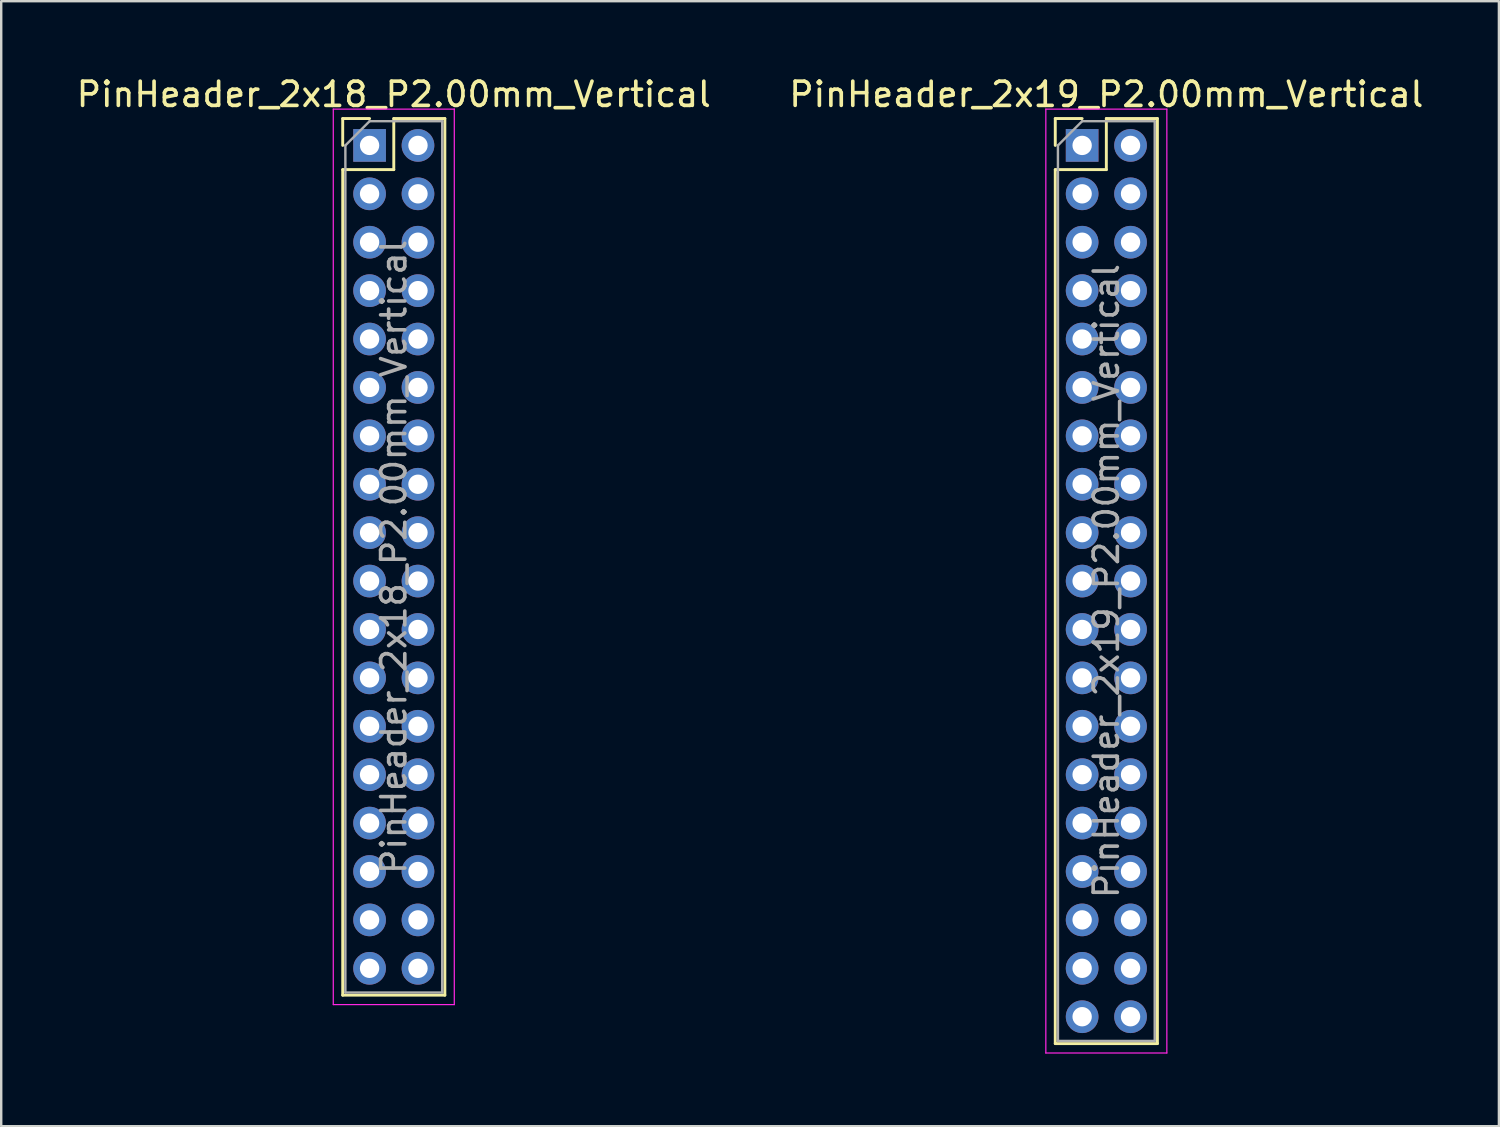
<source format=kicad_pcb>
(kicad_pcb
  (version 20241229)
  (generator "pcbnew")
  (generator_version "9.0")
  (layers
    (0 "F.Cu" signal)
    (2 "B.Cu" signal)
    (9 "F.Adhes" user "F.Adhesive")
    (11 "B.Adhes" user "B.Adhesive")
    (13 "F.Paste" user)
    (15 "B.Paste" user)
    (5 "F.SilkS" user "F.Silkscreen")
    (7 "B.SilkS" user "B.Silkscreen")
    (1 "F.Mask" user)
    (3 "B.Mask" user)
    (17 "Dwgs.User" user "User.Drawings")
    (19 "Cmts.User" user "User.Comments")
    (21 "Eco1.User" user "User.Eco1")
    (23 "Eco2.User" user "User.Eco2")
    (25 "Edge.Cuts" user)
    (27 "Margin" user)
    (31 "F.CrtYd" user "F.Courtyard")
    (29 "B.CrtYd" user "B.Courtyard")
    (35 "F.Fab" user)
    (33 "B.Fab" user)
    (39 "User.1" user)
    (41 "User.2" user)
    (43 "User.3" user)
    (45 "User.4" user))
  (footprint "PinHeader_2x18_P2.00mm_Vertical"
    (layer "F.Cu")
    (at 12.22 2.958)
    (property "Reference" "PinHeader_2x18_P2.00mm_Vertical" (at 1 -2.11 0) (layer "F.SilkS") (effects (font (size 1 1) (thickness 0.15))))
    (attr through_hole)
    (fp_line (start -1.11 -1.11) (end 0 -1.11) (stroke (width 0.12) (type solid)) (layer "F.SilkS"))
    (fp_line (start -1.11 0) (end -1.11 -1.11) (stroke (width 0.12) (type solid)) (layer "F.SilkS"))
    (fp_line (start -1.11 1) (end -1.11 35.11) (stroke (width 0.12) (type solid)) (layer "F.SilkS"))
    (fp_line (start -1.11 1) (end 1 1) (stroke (width 0.12) (type solid)) (layer "F.SilkS"))
    (fp_line (start -1.11 35.11) (end 3.11 35.11) (stroke (width 0.12) (type solid)) (layer "F.SilkS"))
    (fp_line (start 1 -1.11) (end 3.11 -1.11) (stroke (width 0.12) (type solid)) (layer "F.SilkS"))
    (fp_line (start 1 1) (end 1 -1.11) (stroke (width 0.12) (type solid)) (layer "F.SilkS"))
    (fp_line (start 3.11 -1.11) (end 3.11 35.11) (stroke (width 0.12) (type solid)) (layer "F.SilkS"))
    (fp_line (start -1.5 -1.5) (end -1.5 35.5) (stroke (width 0.05) (type solid)) (layer "F.CrtYd"))
    (fp_line (start -1.5 35.5) (end 3.5 35.5) (stroke (width 0.05) (type solid)) (layer "F.CrtYd"))
    (fp_line (start 3.5 -1.5) (end -1.5 -1.5) (stroke (width 0.05) (type solid)) (layer "F.CrtYd"))
    (fp_line (start 3.5 35.5) (end 3.5 -1.5) (stroke (width 0.05) (type solid)) (layer "F.CrtYd"))
    (fp_line (start -1 0) (end 0 -1) (stroke (width 0.1) (type solid)) (layer "F.Fab"))
    (fp_line (start -1 35) (end -1 0) (stroke (width 0.1) (type solid)) (layer "F.Fab"))
    (fp_line (start 0 -1) (end 3 -1) (stroke (width 0.1) (type solid)) (layer "F.Fab"))
    (fp_line (start 3 -1) (end 3 35) (stroke (width 0.1) (type solid)) (layer "F.Fab"))
    (fp_line (start 3 35) (end -1 35) (stroke (width 0.1) (type solid)) (layer "F.Fab"))
    (fp_text user "${REFERENCE}" (at 1 17 90) (layer "F.Fab") (effects (font (size 1 1) (thickness 0.15))))
    (pad "1" thru_hole rect (at 0 0) (size 1.35 1.35) (drill 0.8) (layers "*.Cu" "*.Mask"))
    (pad "2" thru_hole circle (at 2 0) (size 1.35 1.35) (drill 0.8) (layers "*.Cu" "*.Mask"))
    (pad "3" thru_hole circle (at 0 2) (size 1.35 1.35) (drill 0.8) (layers "*.Cu" "*.Mask"))
    (pad "4" thru_hole circle (at 2 2) (size 1.35 1.35) (drill 0.8) (layers "*.Cu" "*.Mask"))
    (pad "5" thru_hole circle (at 0 4) (size 1.35 1.35) (drill 0.8) (layers "*.Cu" "*.Mask"))
    (pad "6" thru_hole circle (at 2 4) (size 1.35 1.35) (drill 0.8) (layers "*.Cu" "*.Mask"))
    (pad "7" thru_hole circle (at 0 6) (size 1.35 1.35) (drill 0.8) (layers "*.Cu" "*.Mask"))
    (pad "8" thru_hole circle (at 2 6) (size 1.35 1.35) (drill 0.8) (layers "*.Cu" "*.Mask"))
    (pad "9" thru_hole circle (at 0 8) (size 1.35 1.35) (drill 0.8) (layers "*.Cu" "*.Mask"))
    (pad "10" thru_hole circle (at 2 8) (size 1.35 1.35) (drill 0.8) (layers "*.Cu" "*.Mask"))
    (pad "11" thru_hole circle (at 0 10) (size 1.35 1.35) (drill 0.8) (layers "*.Cu" "*.Mask"))
    (pad "12" thru_hole circle (at 2 10) (size 1.35 1.35) (drill 0.8) (layers "*.Cu" "*.Mask"))
    (pad "13" thru_hole circle (at 0 12) (size 1.35 1.35) (drill 0.8) (layers "*.Cu" "*.Mask"))
    (pad "14" thru_hole circle (at 2 12) (size 1.35 1.35) (drill 0.8) (layers "*.Cu" "*.Mask"))
    (pad "15" thru_hole circle (at 0 14) (size 1.35 1.35) (drill 0.8) (layers "*.Cu" "*.Mask"))
    (pad "16" thru_hole circle (at 2 14) (size 1.35 1.35) (drill 0.8) (layers "*.Cu" "*.Mask"))
    (pad "17" thru_hole circle (at 0 16) (size 1.35 1.35) (drill 0.8) (layers "*.Cu" "*.Mask"))
    (pad "18" thru_hole circle (at 2 16) (size 1.35 1.35) (drill 0.8) (layers "*.Cu" "*.Mask"))
    (pad "19" thru_hole circle (at 0 18) (size 1.35 1.35) (drill 0.8) (layers "*.Cu" "*.Mask"))
    (pad "20" thru_hole circle (at 2 18) (size 1.35 1.35) (drill 0.8) (layers "*.Cu" "*.Mask"))
    (pad "21" thru_hole circle (at 0 20) (size 1.35 1.35) (drill 0.8) (layers "*.Cu" "*.Mask"))
    (pad "22" thru_hole circle (at 2 20) (size 1.35 1.35) (drill 0.8) (layers "*.Cu" "*.Mask"))
    (pad "23" thru_hole circle (at 0 22) (size 1.35 1.35) (drill 0.8) (layers "*.Cu" "*.Mask"))
    (pad "24" thru_hole circle (at 2 22) (size 1.35 1.35) (drill 0.8) (layers "*.Cu" "*.Mask"))
    (pad "25" thru_hole circle (at 0 24) (size 1.35 1.35) (drill 0.8) (layers "*.Cu" "*.Mask"))
    (pad "26" thru_hole circle (at 2 24) (size 1.35 1.35) (drill 0.8) (layers "*.Cu" "*.Mask"))
    (pad "27" thru_hole circle (at 0 26) (size 1.35 1.35) (drill 0.8) (layers "*.Cu" "*.Mask"))
    (pad "28" thru_hole circle (at 2 26) (size 1.35 1.35) (drill 0.8) (layers "*.Cu" "*.Mask"))
    (pad "29" thru_hole circle (at 0 28) (size 1.35 1.35) (drill 0.8) (layers "*.Cu" "*.Mask"))
    (pad "30" thru_hole circle (at 2 28) (size 1.35 1.35) (drill 0.8) (layers "*.Cu" "*.Mask"))
    (pad "31" thru_hole circle (at 0 30) (size 1.35 1.35) (drill 0.8) (layers "*.Cu" "*.Mask"))
    (pad "32" thru_hole circle (at 2 30) (size 1.35 1.35) (drill 0.8) (layers "*.Cu" "*.Mask"))
    (pad "33" thru_hole circle (at 0 32) (size 1.35 1.35) (drill 0.8) (layers "*.Cu" "*.Mask"))
    (pad "34" thru_hole circle (at 2 32) (size 1.35 1.35) (drill 0.8) (layers "*.Cu" "*.Mask"))
    (pad "35" thru_hole circle (at 0 34) (size 1.35 1.35) (drill 0.8) (layers "*.Cu" "*.Mask"))
    (pad "36" thru_hole circle (at 2 34) (size 1.35 1.35) (drill 0.8) (layers "*.Cu" "*.Mask")))
  (footprint "PinHeader_2x19_P2.00mm_Vertical"
    (layer "F.Cu")
    (at 41.661 2.958)
    (property "Reference" "PinHeader_2x19_P2.00mm_Vertical" (at 1 -2.11 0) (layer "F.SilkS") (effects (font (size 1 1) (thickness 0.15))))
    (attr through_hole)
    (fp_line (start -1.11 -1.11) (end 0 -1.11) (stroke (width 0.12) (type solid)) (layer "F.SilkS"))
    (fp_line (start -1.11 0) (end -1.11 -1.11) (stroke (width 0.12) (type solid)) (layer "F.SilkS"))
    (fp_line (start -1.11 1) (end -1.11 37.11) (stroke (width 0.12) (type solid)) (layer "F.SilkS"))
    (fp_line (start -1.11 1) (end 1 1) (stroke (width 0.12) (type solid)) (layer "F.SilkS"))
    (fp_line (start -1.11 37.11) (end 3.11 37.11) (stroke (width 0.12) (type solid)) (layer "F.SilkS"))
    (fp_line (start 1 -1.11) (end 3.11 -1.11) (stroke (width 0.12) (type solid)) (layer "F.SilkS"))
    (fp_line (start 1 1) (end 1 -1.11) (stroke (width 0.12) (type solid)) (layer "F.SilkS"))
    (fp_line (start 3.11 -1.11) (end 3.11 37.11) (stroke (width 0.12) (type solid)) (layer "F.SilkS"))
    (fp_line (start -1.5 -1.5) (end -1.5 37.5) (stroke (width 0.05) (type solid)) (layer "F.CrtYd"))
    (fp_line (start -1.5 37.5) (end 3.5 37.5) (stroke (width 0.05) (type solid)) (layer "F.CrtYd"))
    (fp_line (start 3.5 -1.5) (end -1.5 -1.5) (stroke (width 0.05) (type solid)) (layer "F.CrtYd"))
    (fp_line (start 3.5 37.5) (end 3.5 -1.5) (stroke (width 0.05) (type solid)) (layer "F.CrtYd"))
    (fp_line (start -1 0) (end 0 -1) (stroke (width 0.1) (type solid)) (layer "F.Fab"))
    (fp_line (start -1 37) (end -1 0) (stroke (width 0.1) (type solid)) (layer "F.Fab"))
    (fp_line (start 0 -1) (end 3 -1) (stroke (width 0.1) (type solid)) (layer "F.Fab"))
    (fp_line (start 3 -1) (end 3 37) (stroke (width 0.1) (type solid)) (layer "F.Fab"))
    (fp_line (start 3 37) (end -1 37) (stroke (width 0.1) (type solid)) (layer "F.Fab"))
    (fp_text user "${REFERENCE}" (at 1 18 90) (layer "F.Fab") (effects (font (size 1 1) (thickness 0.15))))
    (pad "1" thru_hole rect (at 0 0) (size 1.35 1.35) (drill 0.8) (layers "*.Cu" "*.Mask"))
    (pad "2" thru_hole circle (at 2 0) (size 1.35 1.35) (drill 0.8) (layers "*.Cu" "*.Mask"))
    (pad "3" thru_hole circle (at 0 2) (size 1.35 1.35) (drill 0.8) (layers "*.Cu" "*.Mask"))
    (pad "4" thru_hole circle (at 2 2) (size 1.35 1.35) (drill 0.8) (layers "*.Cu" "*.Mask"))
    (pad "5" thru_hole circle (at 0 4) (size 1.35 1.35) (drill 0.8) (layers "*.Cu" "*.Mask"))
    (pad "6" thru_hole circle (at 2 4) (size 1.35 1.35) (drill 0.8) (layers "*.Cu" "*.Mask"))
    (pad "7" thru_hole circle (at 0 6) (size 1.35 1.35) (drill 0.8) (layers "*.Cu" "*.Mask"))
    (pad "8" thru_hole circle (at 2 6) (size 1.35 1.35) (drill 0.8) (layers "*.Cu" "*.Mask"))
    (pad "9" thru_hole circle (at 0 8) (size 1.35 1.35) (drill 0.8) (layers "*.Cu" "*.Mask"))
    (pad "10" thru_hole circle (at 2 8) (size 1.35 1.35) (drill 0.8) (layers "*.Cu" "*.Mask"))
    (pad "11" thru_hole circle (at 0 10) (size 1.35 1.35) (drill 0.8) (layers "*.Cu" "*.Mask"))
    (pad "12" thru_hole circle (at 2 10) (size 1.35 1.35) (drill 0.8) (layers "*.Cu" "*.Mask"))
    (pad "13" thru_hole circle (at 0 12) (size 1.35 1.35) (drill 0.8) (layers "*.Cu" "*.Mask"))
    (pad "14" thru_hole circle (at 2 12) (size 1.35 1.35) (drill 0.8) (layers "*.Cu" "*.Mask"))
    (pad "15" thru_hole circle (at 0 14) (size 1.35 1.35) (drill 0.8) (layers "*.Cu" "*.Mask"))
    (pad "16" thru_hole circle (at 2 14) (size 1.35 1.35) (drill 0.8) (layers "*.Cu" "*.Mask"))
    (pad "17" thru_hole circle (at 0 16) (size 1.35 1.35) (drill 0.8) (layers "*.Cu" "*.Mask"))
    (pad "18" thru_hole circle (at 2 16) (size 1.35 1.35) (drill 0.8) (layers "*.Cu" "*.Mask"))
    (pad "19" thru_hole circle (at 0 18) (size 1.35 1.35) (drill 0.8) (layers "*.Cu" "*.Mask"))
    (pad "20" thru_hole circle (at 2 18) (size 1.35 1.35) (drill 0.8) (layers "*.Cu" "*.Mask"))
    (pad "21" thru_hole circle (at 0 20) (size 1.35 1.35) (drill 0.8) (layers "*.Cu" "*.Mask"))
    (pad "22" thru_hole circle (at 2 20) (size 1.35 1.35) (drill 0.8) (layers "*.Cu" "*.Mask"))
    (pad "23" thru_hole circle (at 0 22) (size 1.35 1.35) (drill 0.8) (layers "*.Cu" "*.Mask"))
    (pad "24" thru_hole circle (at 2 22) (size 1.35 1.35) (drill 0.8) (layers "*.Cu" "*.Mask"))
    (pad "25" thru_hole circle (at 0 24) (size 1.35 1.35) (drill 0.8) (layers "*.Cu" "*.Mask"))
    (pad "26" thru_hole circle (at 2 24) (size 1.35 1.35) (drill 0.8) (layers "*.Cu" "*.Mask"))
    (pad "27" thru_hole circle (at 0 26) (size 1.35 1.35) (drill 0.8) (layers "*.Cu" "*.Mask"))
    (pad "28" thru_hole circle (at 2 26) (size 1.35 1.35) (drill 0.8) (layers "*.Cu" "*.Mask"))
    (pad "29" thru_hole circle (at 0 28) (size 1.35 1.35) (drill 0.8) (layers "*.Cu" "*.Mask"))
    (pad "30" thru_hole circle (at 2 28) (size 1.35 1.35) (drill 0.8) (layers "*.Cu" "*.Mask"))
    (pad "31" thru_hole circle (at 0 30) (size 1.35 1.35) (drill 0.8) (layers "*.Cu" "*.Mask"))
    (pad "32" thru_hole circle (at 2 30) (size 1.35 1.35) (drill 0.8) (layers "*.Cu" "*.Mask"))
    (pad "33" thru_hole circle (at 0 32) (size 1.35 1.35) (drill 0.8) (layers "*.Cu" "*.Mask"))
    (pad "34" thru_hole circle (at 2 32) (size 1.35 1.35) (drill 0.8) (layers "*.Cu" "*.Mask"))
    (pad "35" thru_hole circle (at 0 34) (size 1.35 1.35) (drill 0.8) (layers "*.Cu" "*.Mask"))
    (pad "36" thru_hole circle (at 2 34) (size 1.35 1.35) (drill 0.8) (layers "*.Cu" "*.Mask"))
    (pad "37" thru_hole circle (at 0 36) (size 1.35 1.35) (drill 0.8) (layers "*.Cu" "*.Mask"))
    (pad "38" thru_hole circle (at 2 36) (size 1.35 1.35) (drill 0.8) (layers "*.Cu" "*.Mask")))
  (gr_rect
    (start -3 -3)
    (end 58.881 43.483)
    (stroke (width 0.1) (type default))
    (fill no)
    (layer "Edge.Cuts")))
</source>
